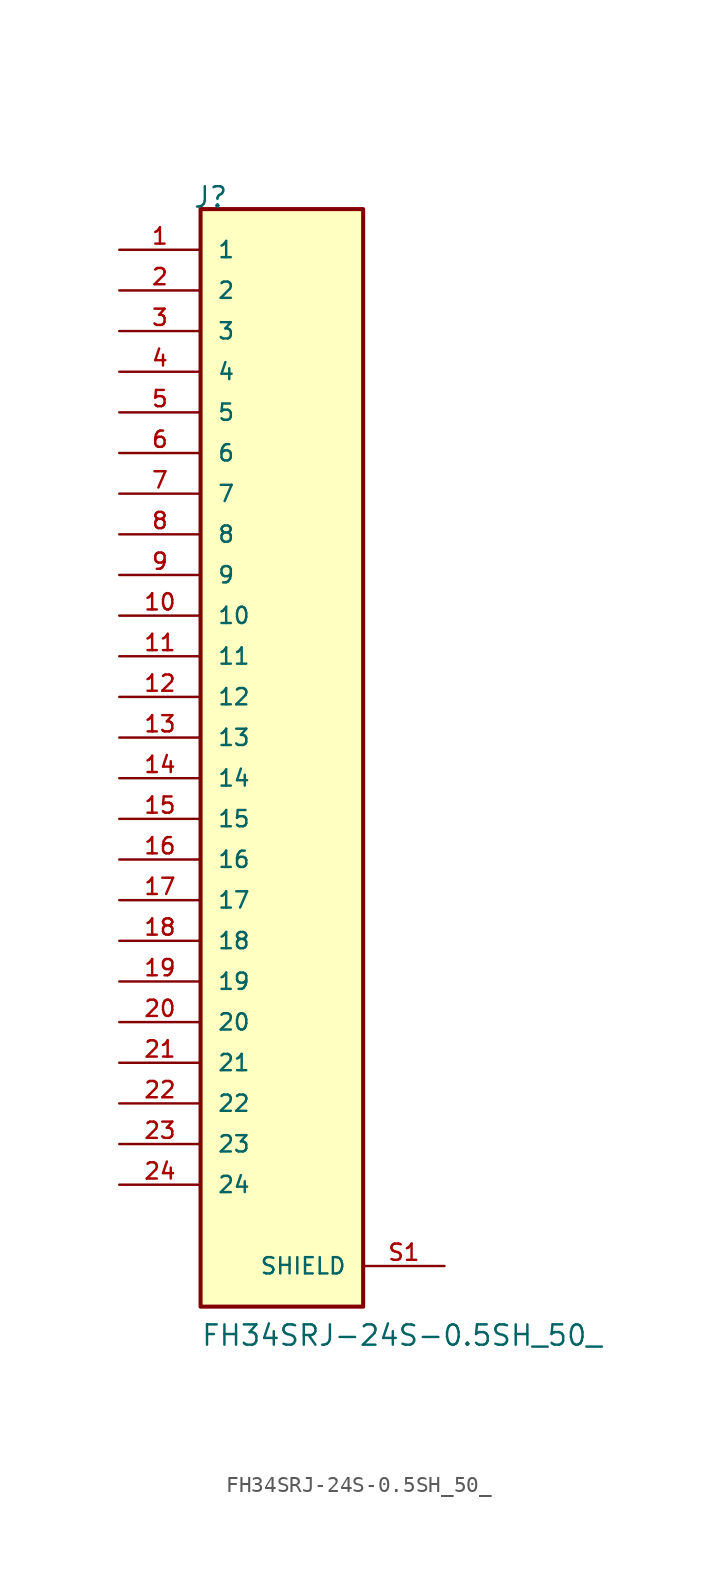
<source format=kicad_sym>
(kicad_symbol_lib
  (version 20211014)
  (generator kicad_symbol_editor)
  (symbol "FH34SRJ-24S-0.5SH_50_"
    (pin_names
      (offset 1.016))
    (property "Reference" "J"
      (at -5.58 33.02 0)
      (effects (font (size 1.27 1.27)) (justify bottom left)))
    (property "Value" "FH34SRJ-24S-0.5SH_50_"
      (at -5.08 -38.1 0)
      (effects (font (size 1.27 1.27)) (justify bottom left)))
    (symbol "FH34SRJ-24S-0.5SH_50__0_0"
      (rectangle (start -5.08 -35.56) (end 5.08 33.02) (stroke (width 0.254)) (fill (type background)))
      (pin passive line (at -10.16 30.48 0) (length 5.08) (name "1" (effects (font (size 1.016 1.016)))) (number "1" (effects (font (size 1.016 1.016)))))
      (pin passive line (at -10.16 27.94 0) (length 5.08) (name "2" (effects (font (size 1.016 1.016)))) (number "2" (effects (font (size 1.016 1.016)))))
      (pin passive line (at -10.16 25.4 0) (length 5.08) (name "3" (effects (font (size 1.016 1.016)))) (number "3" (effects (font (size 1.016 1.016)))))
      (pin passive line (at -10.16 22.86 0) (length 5.08) (name "4" (effects (font (size 1.016 1.016)))) (number "4" (effects (font (size 1.016 1.016)))))
      (pin passive line (at -10.16 20.32 0) (length 5.08) (name "5" (effects (font (size 1.016 1.016)))) (number "5" (effects (font (size 1.016 1.016)))))
      (pin passive line (at -10.16 17.78 0) (length 5.08) (name "6" (effects (font (size 1.016 1.016)))) (number "6" (effects (font (size 1.016 1.016)))))
      (pin passive line (at -10.16 15.24 0) (length 5.08) (name "7" (effects (font (size 1.016 1.016)))) (number "7" (effects (font (size 1.016 1.016)))))
      (pin passive line (at -10.16 12.7 0) (length 5.08) (name "8" (effects (font (size 1.016 1.016)))) (number "8" (effects (font (size 1.016 1.016)))))
      (pin passive line (at -10.16 10.16 0) (length 5.08) (name "9" (effects (font (size 1.016 1.016)))) (number "9" (effects (font (size 1.016 1.016)))))
      (pin passive line (at -10.16 7.62 0) (length 5.08) (name "10" (effects (font (size 1.016 1.016)))) (number "10" (effects (font (size 1.016 1.016)))))
      (pin passive line (at -10.16 5.08 0) (length 5.08) (name "11" (effects (font (size 1.016 1.016)))) (number "11" (effects (font (size 1.016 1.016)))))
      (pin passive line (at -10.16 2.54 0) (length 5.08) (name "12" (effects (font (size 1.016 1.016)))) (number "12" (effects (font (size 1.016 1.016)))))
      (pin passive line (at -10.16 0.0 0) (length 5.08) (name "13" (effects (font (size 1.016 1.016)))) (number "13" (effects (font (size 1.016 1.016)))))
      (pin passive line (at -10.16 -2.54 0) (length 5.08) (name "14" (effects (font (size 1.016 1.016)))) (number "14" (effects (font (size 1.016 1.016)))))
      (pin passive line (at -10.16 -5.08 0) (length 5.08) (name "15" (effects (font (size 1.016 1.016)))) (number "15" (effects (font (size 1.016 1.016)))))
      (pin passive line (at -10.16 -7.62 0) (length 5.08) (name "16" (effects (font (size 1.016 1.016)))) (number "16" (effects (font (size 1.016 1.016)))))
      (pin passive line (at -10.16 -10.16 0) (length 5.08) (name "17" (effects (font (size 1.016 1.016)))) (number "17" (effects (font (size 1.016 1.016)))))
      (pin passive line (at -10.16 -12.7 0) (length 5.08) (name "18" (effects (font (size 1.016 1.016)))) (number "18" (effects (font (size 1.016 1.016)))))
      (pin passive line (at -10.16 -15.24 0) (length 5.08) (name "19" (effects (font (size 1.016 1.016)))) (number "19" (effects (font (size 1.016 1.016)))))
      (pin passive line (at -10.16 -17.78 0) (length 5.08) (name "20" (effects (font (size 1.016 1.016)))) (number "20" (effects (font (size 1.016 1.016)))))
      (pin passive line (at -10.16 -20.32 0) (length 5.08) (name "21" (effects (font (size 1.016 1.016)))) (number "21" (effects (font (size 1.016 1.016)))))
      (pin passive line (at -10.16 -22.86 0) (length 5.08) (name "22" (effects (font (size 1.016 1.016)))) (number "22" (effects (font (size 1.016 1.016)))))
      (pin passive line (at -10.16 -25.4 0) (length 5.08) (name "23" (effects (font (size 1.016 1.016)))) (number "23" (effects (font (size 1.016 1.016)))))
      (pin passive line (at -10.16 -27.94 0) (length 5.08) (name "24" (effects (font (size 1.016 1.016)))) (number "24" (effects (font (size 1.016 1.016)))))
      (pin passive line (at 10.16 -33.02 180.0) (length 5.08) (name "SHIELD" (effects (font (size 1.016 1.016)))) (number "S1" (effects (font (size 1.016 1.016)))))
      (pin passive line (at 10.16 -33.02 180.0) (length 5.08) hide (name "SHIELD" (effects (font (size 1.016 1.016)))) (number "S2" (effects (font (size 1.016 1.016))))))))
</source>
